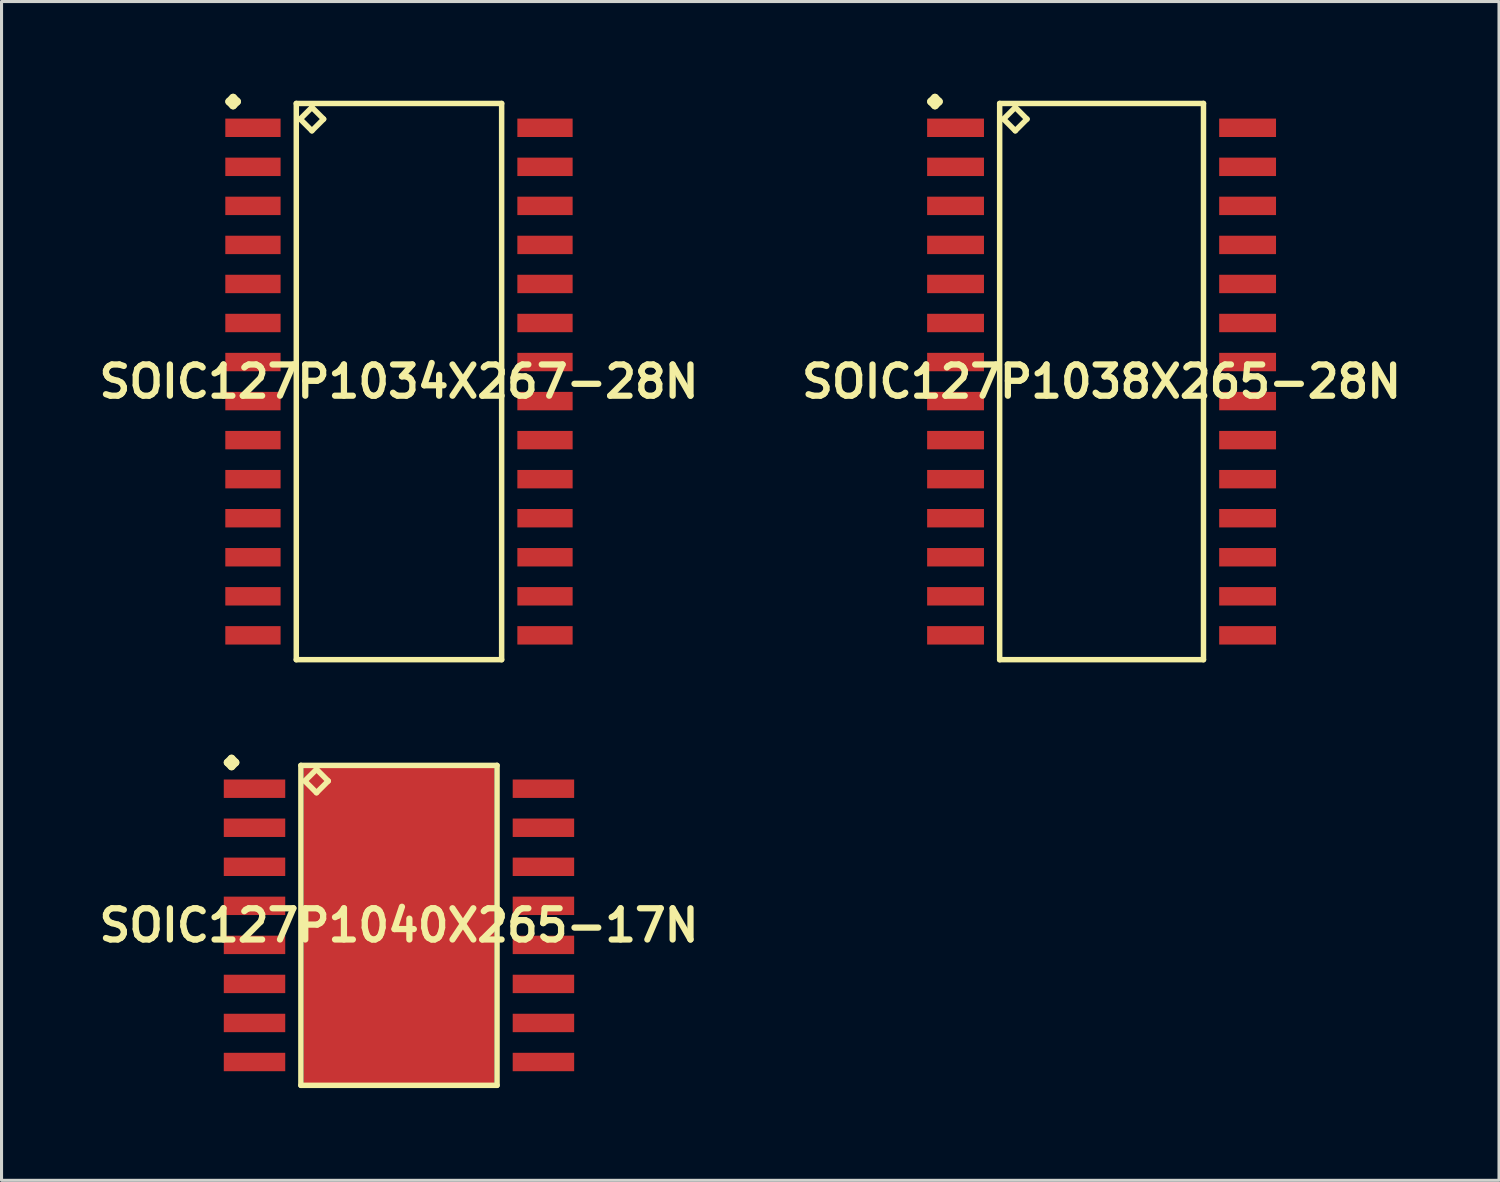
<source format=kicad_pcb>
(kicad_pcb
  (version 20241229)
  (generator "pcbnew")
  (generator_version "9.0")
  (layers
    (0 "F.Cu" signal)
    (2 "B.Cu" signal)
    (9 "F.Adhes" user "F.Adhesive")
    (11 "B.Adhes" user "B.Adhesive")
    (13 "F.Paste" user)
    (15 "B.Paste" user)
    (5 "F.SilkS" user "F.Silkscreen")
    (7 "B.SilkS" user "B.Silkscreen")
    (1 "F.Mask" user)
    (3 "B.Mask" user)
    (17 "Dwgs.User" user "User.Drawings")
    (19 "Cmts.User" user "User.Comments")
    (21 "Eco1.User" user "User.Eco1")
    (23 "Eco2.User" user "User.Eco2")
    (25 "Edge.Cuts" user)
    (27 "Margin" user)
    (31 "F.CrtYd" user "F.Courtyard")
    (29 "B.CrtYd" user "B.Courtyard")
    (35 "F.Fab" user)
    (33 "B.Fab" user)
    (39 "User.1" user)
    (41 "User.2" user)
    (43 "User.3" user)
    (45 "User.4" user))
  (footprint "SOIC127P1040X265-17N"
    (layer "F.Cu")
    (at 9.928 27.051)
    (property "Reference" "SOIC127P1040X265-17N" (at 0 0 0) (layer "F.SilkS") (effects (font (size 1.016 1.016) (thickness 0.203))))
    (attr smd)
    (fp_line (start -5.573 -5.298) (end -5.446 -5.425) (stroke (width 0.254) (type solid)) (layer "F.SilkS"))
    (fp_line (start -5.446 -5.425) (end -5.319 -5.298) (stroke (width 0.254) (type solid)) (layer "F.SilkS"))
    (fp_line (start -5.446 -5.171) (end -5.573 -5.298) (stroke (width 0.254) (type solid)) (layer "F.SilkS"))
    (fp_line (start -5.319 -5.298) (end -5.446 -5.171) (stroke (width 0.254) (type solid)) (layer "F.SilkS"))
    (fp_line (start -3.19 -5.204) (end -3.19 5.204) (stroke (width 0.178) (type solid)) (layer "F.SilkS"))
    (fp_line (start -3.19 5.204) (end 3.19 5.204) (stroke (width 0.178) (type solid)) (layer "F.SilkS"))
    (fp_line (start -3.063 -4.696) (end -2.682 -5.077) (stroke (width 0.178) (type solid)) (layer "F.SilkS"))
    (fp_line (start -2.682 -5.077) (end -2.301 -4.696) (stroke (width 0.178) (type solid)) (layer "F.SilkS"))
    (fp_line (start -2.682 -4.315) (end -3.063 -4.696) (stroke (width 0.178) (type solid)) (layer "F.SilkS"))
    (fp_line (start -2.301 -4.696) (end -2.682 -4.315) (stroke (width 0.178) (type solid)) (layer "F.SilkS"))
    (fp_line (start 3.19 -5.204) (end -3.19 -5.204) (stroke (width 0.178) (type solid)) (layer "F.SilkS"))
    (fp_line (start 3.19 5.204) (end 3.19 -5.204) (stroke (width 0.178) (type solid)) (layer "F.SilkS"))
    (pad "1" smd rect (at -4.699 -4.445) (size 1.999 0.599) (layers "F.Cu" "F.Mask" "F.Paste"))
    (pad "2" smd rect (at -4.699 -3.175) (size 1.999 0.599) (layers "F.Cu" "F.Mask" "F.Paste"))
    (pad "3" smd rect (at -4.699 -1.905) (size 1.999 0.599) (layers "F.Cu" "F.Mask" "F.Paste"))
    (pad "4" smd rect (at -4.699 -0.635) (size 1.999 0.599) (layers "F.Cu" "F.Mask" "F.Paste"))
    (pad "5" smd rect (at -4.699 0.635) (size 1.999 0.599) (layers "F.Cu" "F.Mask" "F.Paste"))
    (pad "6" smd rect (at -4.699 1.905) (size 1.999 0.599) (layers "F.Cu" "F.Mask" "F.Paste"))
    (pad "7" smd rect (at -4.699 3.175) (size 1.999 0.599) (layers "F.Cu" "F.Mask" "F.Paste"))
    (pad "8" smd rect (at -4.699 4.445) (size 1.999 0.599) (layers "F.Cu" "F.Mask" "F.Paste"))
    (pad "9" smd rect (at 4.699 4.445) (size 1.999 0.599) (layers "F.Cu" "F.Mask" "F.Paste"))
    (pad "10" smd rect (at 4.699 3.175) (size 1.999 0.599) (layers "F.Cu" "F.Mask" "F.Paste"))
    (pad "11" smd rect (at 4.699 1.905) (size 1.999 0.599) (layers "F.Cu" "F.Mask" "F.Paste"))
    (pad "12" smd rect (at 4.699 0.635) (size 1.999 0.599) (layers "F.Cu" "F.Mask" "F.Paste"))
    (pad "13" smd rect (at 4.699 -0.635) (size 1.999 0.599) (layers "F.Cu" "F.Mask" "F.Paste"))
    (pad "14" smd rect (at 4.699 -1.905) (size 1.999 0.599) (layers "F.Cu" "F.Mask" "F.Paste"))
    (pad "15" smd rect (at 4.699 -3.175) (size 1.999 0.599) (layers "F.Cu" "F.Mask" "F.Paste"))
    (pad "16" smd rect (at 4.699 -4.445) (size 1.999 0.599) (layers "F.Cu" "F.Mask" "F.Paste"))
    (pad "17" smd rect (at 0 0) (size 6.198 10.399) (layers "F.Cu" "F.Mask" "F.Paste")))
  (footprint "SOIC127P1038X265-28N"
    (layer "F.Cu")
    (at 32.783 9.362)
    (property "Reference" "SOIC127P1038X265-28N" (at 0 0 0) (layer "F.SilkS") (effects (font (size 1.016 1.016) (thickness 0.203))))
    (attr smd)
    (fp_line (start -5.547 -9.108) (end -5.42 -9.235) (stroke (width 0.254) (type solid)) (layer "F.SilkS"))
    (fp_line (start -5.42 -9.235) (end -5.293 -9.108) (stroke (width 0.254) (type solid)) (layer "F.SilkS"))
    (fp_line (start -5.42 -8.981) (end -5.547 -9.108) (stroke (width 0.254) (type solid)) (layer "F.SilkS"))
    (fp_line (start -5.293 -9.108) (end -5.42 -8.981) (stroke (width 0.254) (type solid)) (layer "F.SilkS"))
    (fp_line (start -3.315 -9.047) (end -3.315 9.047) (stroke (width 0.178) (type solid)) (layer "F.SilkS"))
    (fp_line (start -3.315 9.047) (end 3.315 9.047) (stroke (width 0.178) (type solid)) (layer "F.SilkS"))
    (fp_line (start -3.188 -8.539) (end -2.807 -8.92) (stroke (width 0.178) (type solid)) (layer "F.SilkS"))
    (fp_line (start -2.807 -8.92) (end -2.426 -8.539) (stroke (width 0.178) (type solid)) (layer "F.SilkS"))
    (fp_line (start -2.807 -8.158) (end -3.188 -8.539) (stroke (width 0.178) (type solid)) (layer "F.SilkS"))
    (fp_line (start -2.426 -8.539) (end -2.807 -8.158) (stroke (width 0.178) (type solid)) (layer "F.SilkS"))
    (fp_line (start 3.315 -9.047) (end -3.315 -9.047) (stroke (width 0.178) (type solid)) (layer "F.SilkS"))
    (fp_line (start 3.315 9.047) (end 3.315 -9.047) (stroke (width 0.178) (type solid)) (layer "F.SilkS"))
    (pad "1" smd rect (at -4.75 -8.255) (size 1.849 0.599) (layers "F.Cu" "F.Mask" "F.Paste"))
    (pad "2" smd rect (at -4.75 -6.985) (size 1.849 0.599) (layers "F.Cu" "F.Mask" "F.Paste"))
    (pad "3" smd rect (at -4.75 -5.715) (size 1.849 0.599) (layers "F.Cu" "F.Mask" "F.Paste"))
    (pad "4" smd rect (at -4.75 -4.445) (size 1.849 0.599) (layers "F.Cu" "F.Mask" "F.Paste"))
    (pad "5" smd rect (at -4.75 -3.175) (size 1.849 0.599) (layers "F.Cu" "F.Mask" "F.Paste"))
    (pad "6" smd rect (at -4.75 -1.905) (size 1.849 0.599) (layers "F.Cu" "F.Mask" "F.Paste"))
    (pad "7" smd rect (at -4.75 -0.635) (size 1.849 0.599) (layers "F.Cu" "F.Mask" "F.Paste"))
    (pad "8" smd rect (at -4.75 0.635) (size 1.849 0.599) (layers "F.Cu" "F.Mask" "F.Paste"))
    (pad "9" smd rect (at -4.75 1.905) (size 1.849 0.599) (layers "F.Cu" "F.Mask" "F.Paste"))
    (pad "10" smd rect (at -4.75 3.175) (size 1.849 0.599) (layers "F.Cu" "F.Mask" "F.Paste"))
    (pad "11" smd rect (at -4.75 4.445) (size 1.849 0.599) (layers "F.Cu" "F.Mask" "F.Paste"))
    (pad "12" smd rect (at -4.75 5.715) (size 1.849 0.599) (layers "F.Cu" "F.Mask" "F.Paste"))
    (pad "13" smd rect (at -4.75 6.985) (size 1.849 0.599) (layers "F.Cu" "F.Mask" "F.Paste"))
    (pad "14" smd rect (at -4.75 8.255) (size 1.849 0.599) (layers "F.Cu" "F.Mask" "F.Paste"))
    (pad "15" smd rect (at 4.75 8.255) (size 1.849 0.599) (layers "F.Cu" "F.Mask" "F.Paste"))
    (pad "16" smd rect (at 4.75 6.985) (size 1.849 0.599) (layers "F.Cu" "F.Mask" "F.Paste"))
    (pad "17" smd rect (at 4.75 5.715) (size 1.849 0.599) (layers "F.Cu" "F.Mask" "F.Paste"))
    (pad "18" smd rect (at 4.75 4.445) (size 1.849 0.599) (layers "F.Cu" "F.Mask" "F.Paste"))
    (pad "19" smd rect (at 4.75 3.175) (size 1.849 0.599) (layers "F.Cu" "F.Mask" "F.Paste"))
    (pad "20" smd rect (at 4.75 1.905) (size 1.849 0.599) (layers "F.Cu" "F.Mask" "F.Paste"))
    (pad "21" smd rect (at 4.75 0.635) (size 1.849 0.599) (layers "F.Cu" "F.Mask" "F.Paste"))
    (pad "22" smd rect (at 4.75 -0.635) (size 1.849 0.599) (layers "F.Cu" "F.Mask" "F.Paste"))
    (pad "23" smd rect (at 4.75 -1.905) (size 1.849 0.599) (layers "F.Cu" "F.Mask" "F.Paste"))
    (pad "24" smd rect (at 4.75 -3.175) (size 1.849 0.599) (layers "F.Cu" "F.Mask" "F.Paste"))
    (pad "25" smd rect (at 4.75 -4.445) (size 1.849 0.599) (layers "F.Cu" "F.Mask" "F.Paste"))
    (pad "26" smd rect (at 4.75 -5.715) (size 1.849 0.599) (layers "F.Cu" "F.Mask" "F.Paste"))
    (pad "27" smd rect (at 4.75 -6.985) (size 1.849 0.599) (layers "F.Cu" "F.Mask" "F.Paste"))
    (pad "28" smd rect (at 4.75 -8.255) (size 1.849 0.599) (layers "F.Cu" "F.Mask" "F.Paste")))
  (footprint "SOIC127P1034X267-28N"
    (layer "F.Cu")
    (at 9.928 9.362)
    (property "Reference" "SOIC127P1034X267-28N" (at 0 0 0) (layer "F.SilkS") (effects (font (size 1.016 1.016) (thickness 0.203))))
    (attr smd)
    (fp_line (start -5.522 -9.108) (end -5.395 -9.235) (stroke (width 0.254) (type solid)) (layer "F.SilkS"))
    (fp_line (start -5.395 -9.235) (end -5.268 -9.108) (stroke (width 0.254) (type solid)) (layer "F.SilkS"))
    (fp_line (start -5.395 -8.981) (end -5.522 -9.108) (stroke (width 0.254) (type solid)) (layer "F.SilkS"))
    (fp_line (start -5.268 -9.108) (end -5.395 -8.981) (stroke (width 0.254) (type solid)) (layer "F.SilkS"))
    (fp_line (start -3.34 -9.047) (end -3.34 9.047) (stroke (width 0.178) (type solid)) (layer "F.SilkS"))
    (fp_line (start -3.34 9.047) (end 3.34 9.047) (stroke (width 0.178) (type solid)) (layer "F.SilkS"))
    (fp_line (start -3.213 -8.539) (end -2.832 -8.92) (stroke (width 0.178) (type solid)) (layer "F.SilkS"))
    (fp_line (start -2.832 -8.92) (end -2.451 -8.539) (stroke (width 0.178) (type solid)) (layer "F.SilkS"))
    (fp_line (start -2.832 -8.158) (end -3.213 -8.539) (stroke (width 0.178) (type solid)) (layer "F.SilkS"))
    (fp_line (start -2.451 -8.539) (end -2.832 -8.158) (stroke (width 0.178) (type solid)) (layer "F.SilkS"))
    (fp_line (start 3.34 -9.047) (end -3.34 -9.047) (stroke (width 0.178) (type solid)) (layer "F.SilkS"))
    (fp_line (start 3.34 9.047) (end 3.34 -9.047) (stroke (width 0.178) (type solid)) (layer "F.SilkS"))
    (pad "1" smd rect (at -4.75 -8.255) (size 1.798 0.599) (layers "F.Cu" "F.Mask" "F.Paste"))
    (pad "2" smd rect (at -4.75 -6.985) (size 1.798 0.599) (layers "F.Cu" "F.Mask" "F.Paste"))
    (pad "3" smd rect (at -4.75 -5.715) (size 1.798 0.599) (layers "F.Cu" "F.Mask" "F.Paste"))
    (pad "4" smd rect (at -4.75 -4.445) (size 1.798 0.599) (layers "F.Cu" "F.Mask" "F.Paste"))
    (pad "5" smd rect (at -4.75 -3.175) (size 1.798 0.599) (layers "F.Cu" "F.Mask" "F.Paste"))
    (pad "6" smd rect (at -4.75 -1.905) (size 1.798 0.599) (layers "F.Cu" "F.Mask" "F.Paste"))
    (pad "7" smd rect (at -4.75 -0.635) (size 1.798 0.599) (layers "F.Cu" "F.Mask" "F.Paste"))
    (pad "8" smd rect (at -4.75 0.635) (size 1.798 0.599) (layers "F.Cu" "F.Mask" "F.Paste"))
    (pad "9" smd rect (at -4.75 1.905) (size 1.798 0.599) (layers "F.Cu" "F.Mask" "F.Paste"))
    (pad "10" smd rect (at -4.75 3.175) (size 1.798 0.599) (layers "F.Cu" "F.Mask" "F.Paste"))
    (pad "11" smd rect (at -4.75 4.445) (size 1.798 0.599) (layers "F.Cu" "F.Mask" "F.Paste"))
    (pad "12" smd rect (at -4.75 5.715) (size 1.798 0.599) (layers "F.Cu" "F.Mask" "F.Paste"))
    (pad "13" smd rect (at -4.75 6.985) (size 1.798 0.599) (layers "F.Cu" "F.Mask" "F.Paste"))
    (pad "14" smd rect (at -4.75 8.255) (size 1.798 0.599) (layers "F.Cu" "F.Mask" "F.Paste"))
    (pad "15" smd rect (at 4.75 8.255) (size 1.798 0.599) (layers "F.Cu" "F.Mask" "F.Paste"))
    (pad "16" smd rect (at 4.75 6.985) (size 1.798 0.599) (layers "F.Cu" "F.Mask" "F.Paste"))
    (pad "17" smd rect (at 4.75 5.715) (size 1.798 0.599) (layers "F.Cu" "F.Mask" "F.Paste"))
    (pad "18" smd rect (at 4.75 4.445) (size 1.798 0.599) (layers "F.Cu" "F.Mask" "F.Paste"))
    (pad "19" smd rect (at 4.75 3.175) (size 1.798 0.599) (layers "F.Cu" "F.Mask" "F.Paste"))
    (pad "20" smd rect (at 4.75 1.905) (size 1.798 0.599) (layers "F.Cu" "F.Mask" "F.Paste"))
    (pad "21" smd rect (at 4.75 0.635) (size 1.798 0.599) (layers "F.Cu" "F.Mask" "F.Paste"))
    (pad "22" smd rect (at 4.75 -0.635) (size 1.798 0.599) (layers "F.Cu" "F.Mask" "F.Paste"))
    (pad "23" smd rect (at 4.75 -1.905) (size 1.798 0.599) (layers "F.Cu" "F.Mask" "F.Paste"))
    (pad "24" smd rect (at 4.75 -3.175) (size 1.798 0.599) (layers "F.Cu" "F.Mask" "F.Paste"))
    (pad "25" smd rect (at 4.75 -4.445) (size 1.798 0.599) (layers "F.Cu" "F.Mask" "F.Paste"))
    (pad "26" smd rect (at 4.75 -5.715) (size 1.798 0.599) (layers "F.Cu" "F.Mask" "F.Paste"))
    (pad "27" smd rect (at 4.75 -6.985) (size 1.798 0.599) (layers "F.Cu" "F.Mask" "F.Paste"))
    (pad "28" smd rect (at 4.75 -8.255) (size 1.798 0.599) (layers "F.Cu" "F.Mask" "F.Paste")))
  (gr_rect
    (start -3 -3)
    (end 45.711 35.345)
    (stroke (width 0.1) (type default))
    (fill no)
    (layer "Edge.Cuts")))
</source>
